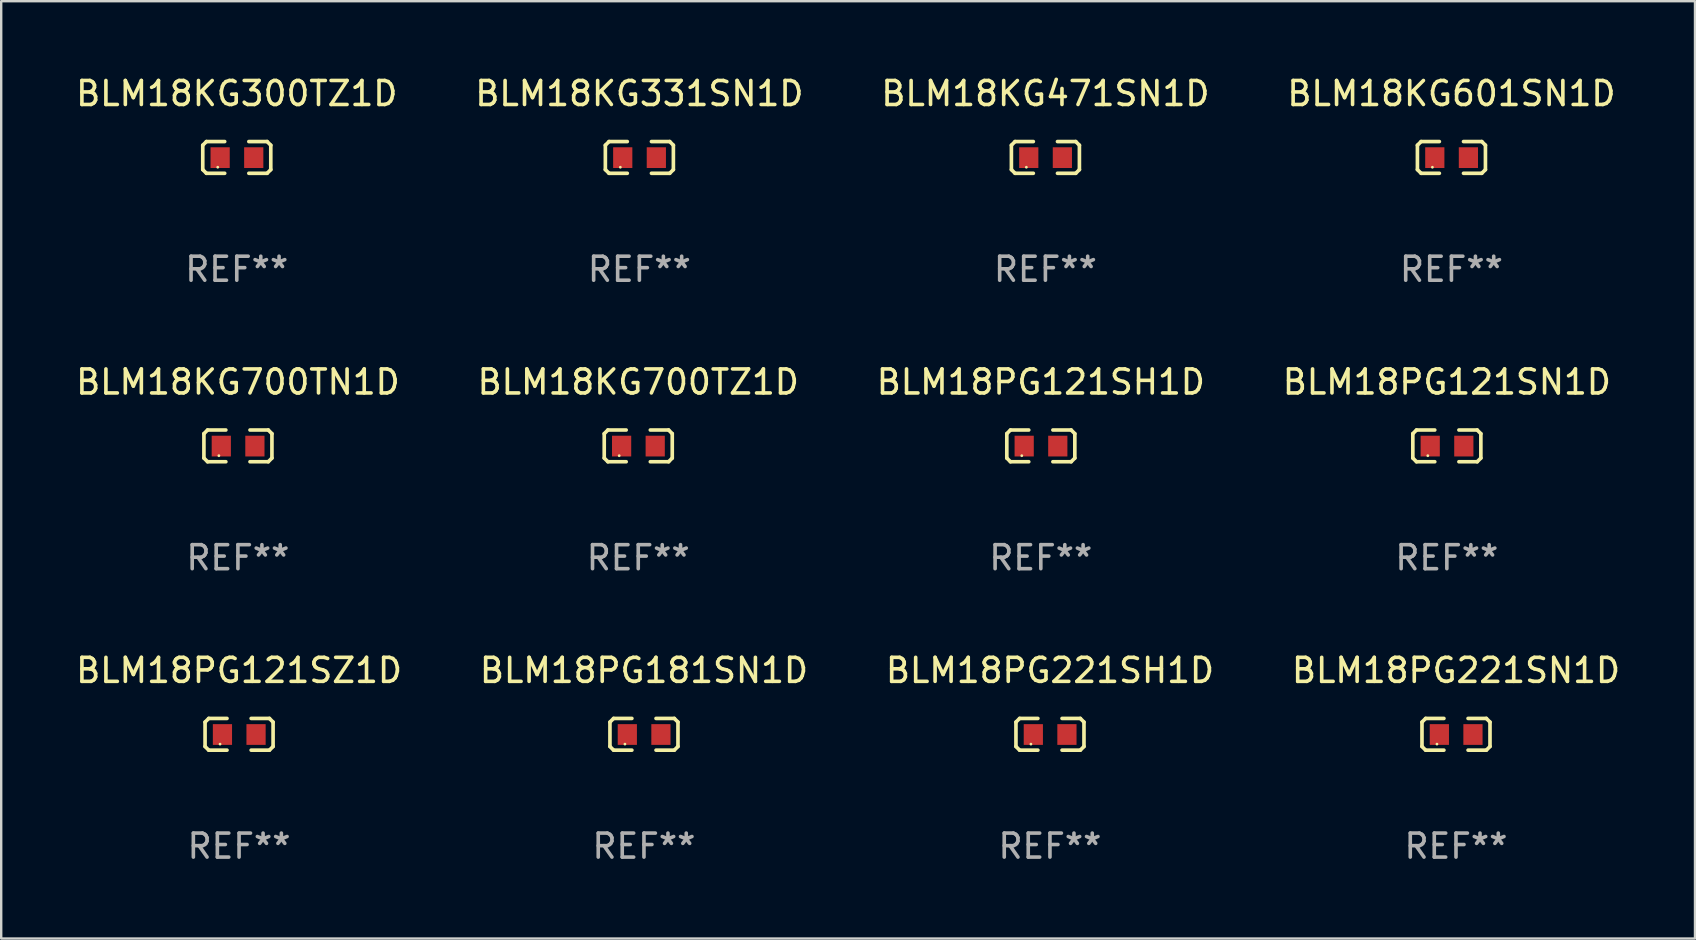
<source format=kicad_pcb>
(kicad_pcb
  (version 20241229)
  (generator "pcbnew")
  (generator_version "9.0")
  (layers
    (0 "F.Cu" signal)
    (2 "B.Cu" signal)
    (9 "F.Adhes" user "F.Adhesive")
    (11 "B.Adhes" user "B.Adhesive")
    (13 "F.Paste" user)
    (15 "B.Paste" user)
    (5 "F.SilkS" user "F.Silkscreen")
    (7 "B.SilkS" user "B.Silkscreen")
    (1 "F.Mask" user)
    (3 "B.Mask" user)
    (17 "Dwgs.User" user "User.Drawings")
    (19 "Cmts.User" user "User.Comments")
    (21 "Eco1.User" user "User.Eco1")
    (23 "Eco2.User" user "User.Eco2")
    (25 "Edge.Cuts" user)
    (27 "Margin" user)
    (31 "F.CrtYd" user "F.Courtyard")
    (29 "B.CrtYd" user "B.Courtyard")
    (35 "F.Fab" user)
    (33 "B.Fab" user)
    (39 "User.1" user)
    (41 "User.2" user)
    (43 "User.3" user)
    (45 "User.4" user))
  (footprint "BLM18KG300TZ1D"
    (layer "F.Cu")
    (at 6.815 3.509)
    (property "Reference" "BLM18KG300TZ1D" (at 0 -2.661 0) (layer "F.SilkS") (effects (font (size 1 1) (thickness 0.15))))
    (attr through_hole)
    (fp_line (start -1.417 -0.508) (end -1.265 -0.661) (stroke (width 0.152) (type solid)) (layer "F.SilkS"))
    (fp_line (start -1.417 0.508) (end -1.417 -0.508) (stroke (width 0.152) (type solid)) (layer "F.SilkS"))
    (fp_line (start -1.265 -0.661) (end -0.503 -0.661) (stroke (width 0.152) (type solid)) (layer "F.SilkS"))
    (fp_line (start -1.265 0.661) (end -1.417 0.508) (stroke (width 0.152) (type solid)) (layer "F.SilkS"))
    (fp_line (start -1.265 0.661) (end -0.503 0.661) (stroke (width 0.152) (type solid)) (layer "F.SilkS"))
    (fp_line (start 1.265 -0.661) (end 0.503 -0.661) (stroke (width 0.152) (type solid)) (layer "F.SilkS"))
    (fp_line (start 1.265 -0.661) (end 1.417 -0.508) (stroke (width 0.152) (type solid)) (layer "F.SilkS"))
    (fp_line (start 1.265 0.661) (end 0.503 0.661) (stroke (width 0.152) (type solid)) (layer "F.SilkS"))
    (fp_line (start 1.417 -0.508) (end 1.417 0.508) (stroke (width 0.152) (type solid)) (layer "F.SilkS"))
    (fp_line (start 1.417 0.508) (end 1.265 0.661) (stroke (width 0.152) (type solid)) (layer "F.SilkS"))
    (fp_circle (center -0.793 0.409) (end -0.763 0.409) (stroke (width 0.06) (type solid)) (fill no) (layer "F.SilkS"))
    (fp_text user "REF**" (at 0 4.661 0) (layer "F.Fab") (effects (font (size 1 1) (thickness 0.15))))
    (pad "1" smd rect (at -0.693 0.009 180) (size 0.8 0.864) (layers "F.Cu" "F.Mask" "F.Paste"))
    (pad "2" smd rect (at 0.707 0.009 180) (size 0.8 0.864) (layers "F.Cu" "F.Mask" "F.Paste")))
  (footprint "BLM18KG471SN1D"
    (layer "F.Cu")
    (at 40.506 3.509)
    (property "Reference" "BLM18KG471SN1D" (at 0 -2.661 0) (layer "F.SilkS") (effects (font (size 1 1) (thickness 0.15))))
    (attr through_hole)
    (fp_line (start -1.417 -0.508) (end -1.265 -0.661) (stroke (width 0.152) (type solid)) (layer "F.SilkS"))
    (fp_line (start -1.417 0.508) (end -1.417 -0.508) (stroke (width 0.152) (type solid)) (layer "F.SilkS"))
    (fp_line (start -1.265 -0.661) (end -0.503 -0.661) (stroke (width 0.152) (type solid)) (layer "F.SilkS"))
    (fp_line (start -1.265 0.661) (end -1.417 0.508) (stroke (width 0.152) (type solid)) (layer "F.SilkS"))
    (fp_line (start -1.265 0.661) (end -0.503 0.661) (stroke (width 0.152) (type solid)) (layer "F.SilkS"))
    (fp_line (start 1.265 -0.661) (end 0.503 -0.661) (stroke (width 0.152) (type solid)) (layer "F.SilkS"))
    (fp_line (start 1.265 -0.661) (end 1.417 -0.508) (stroke (width 0.152) (type solid)) (layer "F.SilkS"))
    (fp_line (start 1.265 0.661) (end 0.503 0.661) (stroke (width 0.152) (type solid)) (layer "F.SilkS"))
    (fp_line (start 1.417 -0.508) (end 1.417 0.508) (stroke (width 0.152) (type solid)) (layer "F.SilkS"))
    (fp_line (start 1.417 0.508) (end 1.265 0.661) (stroke (width 0.152) (type solid)) (layer "F.SilkS"))
    (fp_circle (center -0.793 0.409) (end -0.763 0.409) (stroke (width 0.06) (type solid)) (fill no) (layer "F.SilkS"))
    (fp_text user "REF**" (at 0 4.661 0) (layer "F.Fab") (effects (font (size 1 1) (thickness 0.15))))
    (pad "1" smd rect (at -0.693 0.009 180) (size 0.8 0.864) (layers "F.Cu" "F.Mask" "F.Paste"))
    (pad "2" smd rect (at 0.707 0.009 180) (size 0.8 0.864) (layers "F.Cu" "F.Mask" "F.Paste")))
  (footprint "BLM18PG121SH1D"
    (layer "F.Cu")
    (at 40.315 15.527)
    (property "Reference" "BLM18PG121SH1D" (at 0 -2.661 0) (layer "F.SilkS") (effects (font (size 1 1) (thickness 0.15))))
    (attr through_hole)
    (fp_line (start -1.417 -0.508) (end -1.265 -0.661) (stroke (width 0.152) (type solid)) (layer "F.SilkS"))
    (fp_line (start -1.417 0.508) (end -1.417 -0.508) (stroke (width 0.152) (type solid)) (layer "F.SilkS"))
    (fp_line (start -1.265 -0.661) (end -0.503 -0.661) (stroke (width 0.152) (type solid)) (layer "F.SilkS"))
    (fp_line (start -1.265 0.661) (end -1.417 0.508) (stroke (width 0.152) (type solid)) (layer "F.SilkS"))
    (fp_line (start -1.265 0.661) (end -0.503 0.661) (stroke (width 0.152) (type solid)) (layer "F.SilkS"))
    (fp_line (start 1.265 -0.661) (end 0.503 -0.661) (stroke (width 0.152) (type solid)) (layer "F.SilkS"))
    (fp_line (start 1.265 -0.661) (end 1.417 -0.508) (stroke (width 0.152) (type solid)) (layer "F.SilkS"))
    (fp_line (start 1.265 0.661) (end 0.503 0.661) (stroke (width 0.152) (type solid)) (layer "F.SilkS"))
    (fp_line (start 1.417 -0.508) (end 1.417 0.508) (stroke (width 0.152) (type solid)) (layer "F.SilkS"))
    (fp_line (start 1.417 0.508) (end 1.265 0.661) (stroke (width 0.152) (type solid)) (layer "F.SilkS"))
    (fp_circle (center -0.793 0.409) (end -0.763 0.409) (stroke (width 0.06) (type solid)) (fill no) (layer "F.SilkS"))
    (fp_text user "REF**" (at 0 4.661 0) (layer "F.Fab") (effects (font (size 1 1) (thickness 0.15))))
    (pad "1" smd rect (at -0.693 0.009 180) (size 0.8 0.864) (layers "F.Cu" "F.Mask" "F.Paste"))
    (pad "2" smd rect (at 0.707 0.009 180) (size 0.8 0.864) (layers "F.Cu" "F.Mask" "F.Paste")))
  (footprint "BLM18PG121SZ1D"
    (layer "F.Cu")
    (at 6.911 27.544)
    (property "Reference" "BLM18PG121SZ1D" (at 0 -2.661 0) (layer "F.SilkS") (effects (font (size 1 1) (thickness 0.15))))
    (attr through_hole)
    (fp_line (start -1.417 -0.508) (end -1.265 -0.661) (stroke (width 0.152) (type solid)) (layer "F.SilkS"))
    (fp_line (start -1.417 0.508) (end -1.417 -0.508) (stroke (width 0.152) (type solid)) (layer "F.SilkS"))
    (fp_line (start -1.265 -0.661) (end -0.503 -0.661) (stroke (width 0.152) (type solid)) (layer "F.SilkS"))
    (fp_line (start -1.265 0.661) (end -1.417 0.508) (stroke (width 0.152) (type solid)) (layer "F.SilkS"))
    (fp_line (start -1.265 0.661) (end -0.503 0.661) (stroke (width 0.152) (type solid)) (layer "F.SilkS"))
    (fp_line (start 1.265 -0.661) (end 0.503 -0.661) (stroke (width 0.152) (type solid)) (layer "F.SilkS"))
    (fp_line (start 1.265 -0.661) (end 1.417 -0.508) (stroke (width 0.152) (type solid)) (layer "F.SilkS"))
    (fp_line (start 1.265 0.661) (end 0.503 0.661) (stroke (width 0.152) (type solid)) (layer "F.SilkS"))
    (fp_line (start 1.417 -0.508) (end 1.417 0.508) (stroke (width 0.152) (type solid)) (layer "F.SilkS"))
    (fp_line (start 1.417 0.508) (end 1.265 0.661) (stroke (width 0.152) (type solid)) (layer "F.SilkS"))
    (fp_circle (center -0.793 0.409) (end -0.763 0.409) (stroke (width 0.06) (type solid)) (fill no) (layer "F.SilkS"))
    (fp_text user "REF**" (at 0 4.661 0) (layer "F.Fab") (effects (font (size 1 1) (thickness 0.15))))
    (pad "1" smd rect (at -0.693 0.009 180) (size 0.8 0.864) (layers "F.Cu" "F.Mask" "F.Paste"))
    (pad "2" smd rect (at 0.707 0.009 180) (size 0.8 0.864) (layers "F.Cu" "F.Mask" "F.Paste")))
  (footprint "BLM18PG181SN1D"
    (layer "F.Cu")
    (at 23.78 27.544)
    (property "Reference" "BLM18PG181SN1D" (at 0 -2.661 0) (layer "F.SilkS") (effects (font (size 1 1) (thickness 0.15))))
    (attr through_hole)
    (fp_line (start -1.417 -0.508) (end -1.265 -0.661) (stroke (width 0.152) (type solid)) (layer "F.SilkS"))
    (fp_line (start -1.417 0.508) (end -1.417 -0.508) (stroke (width 0.152) (type solid)) (layer "F.SilkS"))
    (fp_line (start -1.265 -0.661) (end -0.503 -0.661) (stroke (width 0.152) (type solid)) (layer "F.SilkS"))
    (fp_line (start -1.265 0.661) (end -1.417 0.508) (stroke (width 0.152) (type solid)) (layer "F.SilkS"))
    (fp_line (start -1.265 0.661) (end -0.503 0.661) (stroke (width 0.152) (type solid)) (layer "F.SilkS"))
    (fp_line (start 1.265 -0.661) (end 0.503 -0.661) (stroke (width 0.152) (type solid)) (layer "F.SilkS"))
    (fp_line (start 1.265 -0.661) (end 1.417 -0.508) (stroke (width 0.152) (type solid)) (layer "F.SilkS"))
    (fp_line (start 1.265 0.661) (end 0.503 0.661) (stroke (width 0.152) (type solid)) (layer "F.SilkS"))
    (fp_line (start 1.417 -0.508) (end 1.417 0.508) (stroke (width 0.152) (type solid)) (layer "F.SilkS"))
    (fp_line (start 1.417 0.508) (end 1.265 0.661) (stroke (width 0.152) (type solid)) (layer "F.SilkS"))
    (fp_circle (center -0.793 0.409) (end -0.763 0.409) (stroke (width 0.06) (type solid)) (fill no) (layer "F.SilkS"))
    (fp_text user "REF**" (at 0 4.661 0) (layer "F.Fab") (effects (font (size 1 1) (thickness 0.15))))
    (pad "1" smd rect (at -0.693 0.009 180) (size 0.8 0.864) (layers "F.Cu" "F.Mask" "F.Paste"))
    (pad "2" smd rect (at 0.707 0.009 180) (size 0.8 0.864) (layers "F.Cu" "F.Mask" "F.Paste")))
  (footprint "BLM18PG121SN1D"
    (layer "F.Cu")
    (at 57.232 15.527)
    (property "Reference" "BLM18PG121SN1D" (at 0 -2.661 0) (layer "F.SilkS") (effects (font (size 1 1) (thickness 0.15))))
    (attr through_hole)
    (fp_line (start -1.417 -0.508) (end -1.265 -0.661) (stroke (width 0.152) (type solid)) (layer "F.SilkS"))
    (fp_line (start -1.417 0.508) (end -1.417 -0.508) (stroke (width 0.152) (type solid)) (layer "F.SilkS"))
    (fp_line (start -1.265 -0.661) (end -0.503 -0.661) (stroke (width 0.152) (type solid)) (layer "F.SilkS"))
    (fp_line (start -1.265 0.661) (end -1.417 0.508) (stroke (width 0.152) (type solid)) (layer "F.SilkS"))
    (fp_line (start -1.265 0.661) (end -0.503 0.661) (stroke (width 0.152) (type solid)) (layer "F.SilkS"))
    (fp_line (start 1.265 -0.661) (end 0.503 -0.661) (stroke (width 0.152) (type solid)) (layer "F.SilkS"))
    (fp_line (start 1.265 -0.661) (end 1.417 -0.508) (stroke (width 0.152) (type solid)) (layer "F.SilkS"))
    (fp_line (start 1.265 0.661) (end 0.503 0.661) (stroke (width 0.152) (type solid)) (layer "F.SilkS"))
    (fp_line (start 1.417 -0.508) (end 1.417 0.508) (stroke (width 0.152) (type solid)) (layer "F.SilkS"))
    (fp_line (start 1.417 0.508) (end 1.265 0.661) (stroke (width 0.152) (type solid)) (layer "F.SilkS"))
    (fp_circle (center -0.793 0.409) (end -0.763 0.409) (stroke (width 0.06) (type solid)) (fill no) (layer "F.SilkS"))
    (fp_text user "REF**" (at 0 4.661 0) (layer "F.Fab") (effects (font (size 1 1) (thickness 0.15))))
    (pad "1" smd rect (at -0.693 0.009 180) (size 0.8 0.864) (layers "F.Cu" "F.Mask" "F.Paste"))
    (pad "2" smd rect (at 0.707 0.009 180) (size 0.8 0.864) (layers "F.Cu" "F.Mask" "F.Paste")))
  (footprint "BLM18KG331SN1D"
    (layer "F.Cu")
    (at 23.589 3.509)
    (property "Reference" "BLM18KG331SN1D" (at 0 -2.661 0) (layer "F.SilkS") (effects (font (size 1 1) (thickness 0.15))))
    (attr through_hole)
    (fp_line (start -1.417 -0.508) (end -1.265 -0.661) (stroke (width 0.152) (type solid)) (layer "F.SilkS"))
    (fp_line (start -1.417 0.508) (end -1.417 -0.508) (stroke (width 0.152) (type solid)) (layer "F.SilkS"))
    (fp_line (start -1.265 -0.661) (end -0.503 -0.661) (stroke (width 0.152) (type solid)) (layer "F.SilkS"))
    (fp_line (start -1.265 0.661) (end -1.417 0.508) (stroke (width 0.152) (type solid)) (layer "F.SilkS"))
    (fp_line (start -1.265 0.661) (end -0.503 0.661) (stroke (width 0.152) (type solid)) (layer "F.SilkS"))
    (fp_line (start 1.265 -0.661) (end 0.503 -0.661) (stroke (width 0.152) (type solid)) (layer "F.SilkS"))
    (fp_line (start 1.265 -0.661) (end 1.417 -0.508) (stroke (width 0.152) (type solid)) (layer "F.SilkS"))
    (fp_line (start 1.265 0.661) (end 0.503 0.661) (stroke (width 0.152) (type solid)) (layer "F.SilkS"))
    (fp_line (start 1.417 -0.508) (end 1.417 0.508) (stroke (width 0.152) (type solid)) (layer "F.SilkS"))
    (fp_line (start 1.417 0.508) (end 1.265 0.661) (stroke (width 0.152) (type solid)) (layer "F.SilkS"))
    (fp_circle (center -0.793 0.409) (end -0.763 0.409) (stroke (width 0.06) (type solid)) (fill no) (layer "F.SilkS"))
    (fp_text user "REF**" (at 0 4.661 0) (layer "F.Fab") (effects (font (size 1 1) (thickness 0.15))))
    (pad "1" smd rect (at -0.693 0.009 180) (size 0.8 0.864) (layers "F.Cu" "F.Mask" "F.Paste"))
    (pad "2" smd rect (at 0.707 0.009 180) (size 0.8 0.864) (layers "F.Cu" "F.Mask" "F.Paste")))
  (footprint "BLM18KG700TZ1D"
    (layer "F.Cu")
    (at 23.542 15.527)
    (property "Reference" "BLM18KG700TZ1D" (at 0 -2.661 0) (layer "F.SilkS") (effects (font (size 1 1) (thickness 0.15))))
    (attr through_hole)
    (fp_line (start -1.417 -0.508) (end -1.265 -0.661) (stroke (width 0.152) (type solid)) (layer "F.SilkS"))
    (fp_line (start -1.417 0.508) (end -1.417 -0.508) (stroke (width 0.152) (type solid)) (layer "F.SilkS"))
    (fp_line (start -1.265 -0.661) (end -0.503 -0.661) (stroke (width 0.152) (type solid)) (layer "F.SilkS"))
    (fp_line (start -1.265 0.661) (end -1.417 0.508) (stroke (width 0.152) (type solid)) (layer "F.SilkS"))
    (fp_line (start -1.265 0.661) (end -0.503 0.661) (stroke (width 0.152) (type solid)) (layer "F.SilkS"))
    (fp_line (start 1.265 -0.661) (end 0.503 -0.661) (stroke (width 0.152) (type solid)) (layer "F.SilkS"))
    (fp_line (start 1.265 -0.661) (end 1.417 -0.508) (stroke (width 0.152) (type solid)) (layer "F.SilkS"))
    (fp_line (start 1.265 0.661) (end 0.503 0.661) (stroke (width 0.152) (type solid)) (layer "F.SilkS"))
    (fp_line (start 1.417 -0.508) (end 1.417 0.508) (stroke (width 0.152) (type solid)) (layer "F.SilkS"))
    (fp_line (start 1.417 0.508) (end 1.265 0.661) (stroke (width 0.152) (type solid)) (layer "F.SilkS"))
    (fp_circle (center -0.793 0.409) (end -0.763 0.409) (stroke (width 0.06) (type solid)) (fill no) (layer "F.SilkS"))
    (fp_text user "REF**" (at 0 4.661 0) (layer "F.Fab") (effects (font (size 1 1) (thickness 0.15))))
    (pad "1" smd rect (at -0.693 0.009 180) (size 0.8 0.864) (layers "F.Cu" "F.Mask" "F.Paste"))
    (pad "2" smd rect (at 0.707 0.009 180) (size 0.8 0.864) (layers "F.Cu" "F.Mask" "F.Paste")))
  (footprint "BLM18KG601SN1D"
    (layer "F.Cu")
    (at 57.423 3.509)
    (property "Reference" "BLM18KG601SN1D" (at 0 -2.661 0) (layer "F.SilkS") (effects (font (size 1 1) (thickness 0.15))))
    (attr through_hole)
    (fp_line (start -1.417 -0.508) (end -1.265 -0.661) (stroke (width 0.152) (type solid)) (layer "F.SilkS"))
    (fp_line (start -1.417 0.508) (end -1.417 -0.508) (stroke (width 0.152) (type solid)) (layer "F.SilkS"))
    (fp_line (start -1.265 -0.661) (end -0.503 -0.661) (stroke (width 0.152) (type solid)) (layer "F.SilkS"))
    (fp_line (start -1.265 0.661) (end -1.417 0.508) (stroke (width 0.152) (type solid)) (layer "F.SilkS"))
    (fp_line (start -1.265 0.661) (end -0.503 0.661) (stroke (width 0.152) (type solid)) (layer "F.SilkS"))
    (fp_line (start 1.265 -0.661) (end 0.503 -0.661) (stroke (width 0.152) (type solid)) (layer "F.SilkS"))
    (fp_line (start 1.265 -0.661) (end 1.417 -0.508) (stroke (width 0.152) (type solid)) (layer "F.SilkS"))
    (fp_line (start 1.265 0.661) (end 0.503 0.661) (stroke (width 0.152) (type solid)) (layer "F.SilkS"))
    (fp_line (start 1.417 -0.508) (end 1.417 0.508) (stroke (width 0.152) (type solid)) (layer "F.SilkS"))
    (fp_line (start 1.417 0.508) (end 1.265 0.661) (stroke (width 0.152) (type solid)) (layer "F.SilkS"))
    (fp_circle (center -0.793 0.409) (end -0.763 0.409) (stroke (width 0.06) (type solid)) (fill no) (layer "F.SilkS"))
    (fp_text user "REF**" (at 0 4.661 0) (layer "F.Fab") (effects (font (size 1 1) (thickness 0.15))))
    (pad "1" smd rect (at -0.693 0.009 180) (size 0.8 0.864) (layers "F.Cu" "F.Mask" "F.Paste"))
    (pad "2" smd rect (at 0.707 0.009 180) (size 0.8 0.864) (layers "F.Cu" "F.Mask" "F.Paste")))
  (footprint "BLM18PG221SN1D"
    (layer "F.Cu")
    (at 57.613 27.544)
    (property "Reference" "BLM18PG221SN1D" (at 0 -2.661 0) (layer "F.SilkS") (effects (font (size 1 1) (thickness 0.15))))
    (attr through_hole)
    (fp_line (start -1.417 -0.508) (end -1.265 -0.661) (stroke (width 0.152) (type solid)) (layer "F.SilkS"))
    (fp_line (start -1.417 0.508) (end -1.417 -0.508) (stroke (width 0.152) (type solid)) (layer "F.SilkS"))
    (fp_line (start -1.265 -0.661) (end -0.503 -0.661) (stroke (width 0.152) (type solid)) (layer "F.SilkS"))
    (fp_line (start -1.265 0.661) (end -1.417 0.508) (stroke (width 0.152) (type solid)) (layer "F.SilkS"))
    (fp_line (start -1.265 0.661) (end -0.503 0.661) (stroke (width 0.152) (type solid)) (layer "F.SilkS"))
    (fp_line (start 1.265 -0.661) (end 0.503 -0.661) (stroke (width 0.152) (type solid)) (layer "F.SilkS"))
    (fp_line (start 1.265 -0.661) (end 1.417 -0.508) (stroke (width 0.152) (type solid)) (layer "F.SilkS"))
    (fp_line (start 1.265 0.661) (end 0.503 0.661) (stroke (width 0.152) (type solid)) (layer "F.SilkS"))
    (fp_line (start 1.417 -0.508) (end 1.417 0.508) (stroke (width 0.152) (type solid)) (layer "F.SilkS"))
    (fp_line (start 1.417 0.508) (end 1.265 0.661) (stroke (width 0.152) (type solid)) (layer "F.SilkS"))
    (fp_circle (center -0.793 0.409) (end -0.763 0.409) (stroke (width 0.06) (type solid)) (fill no) (layer "F.SilkS"))
    (fp_text user "REF**" (at 0 4.661 0) (layer "F.Fab") (effects (font (size 1 1) (thickness 0.15))))
    (pad "1" smd rect (at -0.693 0.009 180) (size 0.8 0.864) (layers "F.Cu" "F.Mask" "F.Paste"))
    (pad "2" smd rect (at 0.707 0.009 180) (size 0.8 0.864) (layers "F.Cu" "F.Mask" "F.Paste")))
  (footprint "BLM18PG221SH1D"
    (layer "F.Cu")
    (at 40.696 27.544)
    (property "Reference" "BLM18PG221SH1D" (at 0 -2.661 0) (layer "F.SilkS") (effects (font (size 1 1) (thickness 0.15))))
    (attr through_hole)
    (fp_line (start -1.417 -0.508) (end -1.265 -0.661) (stroke (width 0.152) (type solid)) (layer "F.SilkS"))
    (fp_line (start -1.417 0.508) (end -1.417 -0.508) (stroke (width 0.152) (type solid)) (layer "F.SilkS"))
    (fp_line (start -1.265 -0.661) (end -0.503 -0.661) (stroke (width 0.152) (type solid)) (layer "F.SilkS"))
    (fp_line (start -1.265 0.661) (end -1.417 0.508) (stroke (width 0.152) (type solid)) (layer "F.SilkS"))
    (fp_line (start -1.265 0.661) (end -0.503 0.661) (stroke (width 0.152) (type solid)) (layer "F.SilkS"))
    (fp_line (start 1.265 -0.661) (end 0.503 -0.661) (stroke (width 0.152) (type solid)) (layer "F.SilkS"))
    (fp_line (start 1.265 -0.661) (end 1.417 -0.508) (stroke (width 0.152) (type solid)) (layer "F.SilkS"))
    (fp_line (start 1.265 0.661) (end 0.503 0.661) (stroke (width 0.152) (type solid)) (layer "F.SilkS"))
    (fp_line (start 1.417 -0.508) (end 1.417 0.508) (stroke (width 0.152) (type solid)) (layer "F.SilkS"))
    (fp_line (start 1.417 0.508) (end 1.265 0.661) (stroke (width 0.152) (type solid)) (layer "F.SilkS"))
    (fp_circle (center -0.793 0.409) (end -0.763 0.409) (stroke (width 0.06) (type solid)) (fill no) (layer "F.SilkS"))
    (fp_text user "REF**" (at 0 4.661 0) (layer "F.Fab") (effects (font (size 1 1) (thickness 0.15))))
    (pad "1" smd rect (at -0.693 0.009 180) (size 0.8 0.864) (layers "F.Cu" "F.Mask" "F.Paste"))
    (pad "2" smd rect (at 0.707 0.009 180) (size 0.8 0.864) (layers "F.Cu" "F.Mask" "F.Paste")))
  (footprint "BLM18KG700TN1D"
    (layer "F.Cu")
    (at 6.863 15.527)
    (property "Reference" "BLM18KG700TN1D" (at 0 -2.661 0) (layer "F.SilkS") (effects (font (size 1 1) (thickness 0.15))))
    (attr through_hole)
    (fp_line (start -1.417 -0.508) (end -1.265 -0.661) (stroke (width 0.152) (type solid)) (layer "F.SilkS"))
    (fp_line (start -1.417 0.508) (end -1.417 -0.508) (stroke (width 0.152) (type solid)) (layer "F.SilkS"))
    (fp_line (start -1.265 -0.661) (end -0.503 -0.661) (stroke (width 0.152) (type solid)) (layer "F.SilkS"))
    (fp_line (start -1.265 0.661) (end -1.417 0.508) (stroke (width 0.152) (type solid)) (layer "F.SilkS"))
    (fp_line (start -1.265 0.661) (end -0.503 0.661) (stroke (width 0.152) (type solid)) (layer "F.SilkS"))
    (fp_line (start 1.265 -0.661) (end 0.503 -0.661) (stroke (width 0.152) (type solid)) (layer "F.SilkS"))
    (fp_line (start 1.265 -0.661) (end 1.417 -0.508) (stroke (width 0.152) (type solid)) (layer "F.SilkS"))
    (fp_line (start 1.265 0.661) (end 0.503 0.661) (stroke (width 0.152) (type solid)) (layer "F.SilkS"))
    (fp_line (start 1.417 -0.508) (end 1.417 0.508) (stroke (width 0.152) (type solid)) (layer "F.SilkS"))
    (fp_line (start 1.417 0.508) (end 1.265 0.661) (stroke (width 0.152) (type solid)) (layer "F.SilkS"))
    (fp_circle (center -0.793 0.409) (end -0.763 0.409) (stroke (width 0.06) (type solid)) (fill no) (layer "F.SilkS"))
    (fp_text user "REF**" (at 0 4.661 0) (layer "F.Fab") (effects (font (size 1 1) (thickness 0.15))))
    (pad "1" smd rect (at -0.693 0.009 180) (size 0.8 0.864) (layers "F.Cu" "F.Mask" "F.Paste"))
    (pad "2" smd rect (at 0.707 0.009 180) (size 0.8 0.864) (layers "F.Cu" "F.Mask" "F.Paste")))
  (gr_rect
    (start -3 -3)
    (end 67.571 36.053)
    (stroke (width 0.1) (type default))
    (fill no)
    (layer "Edge.Cuts")))
</source>
